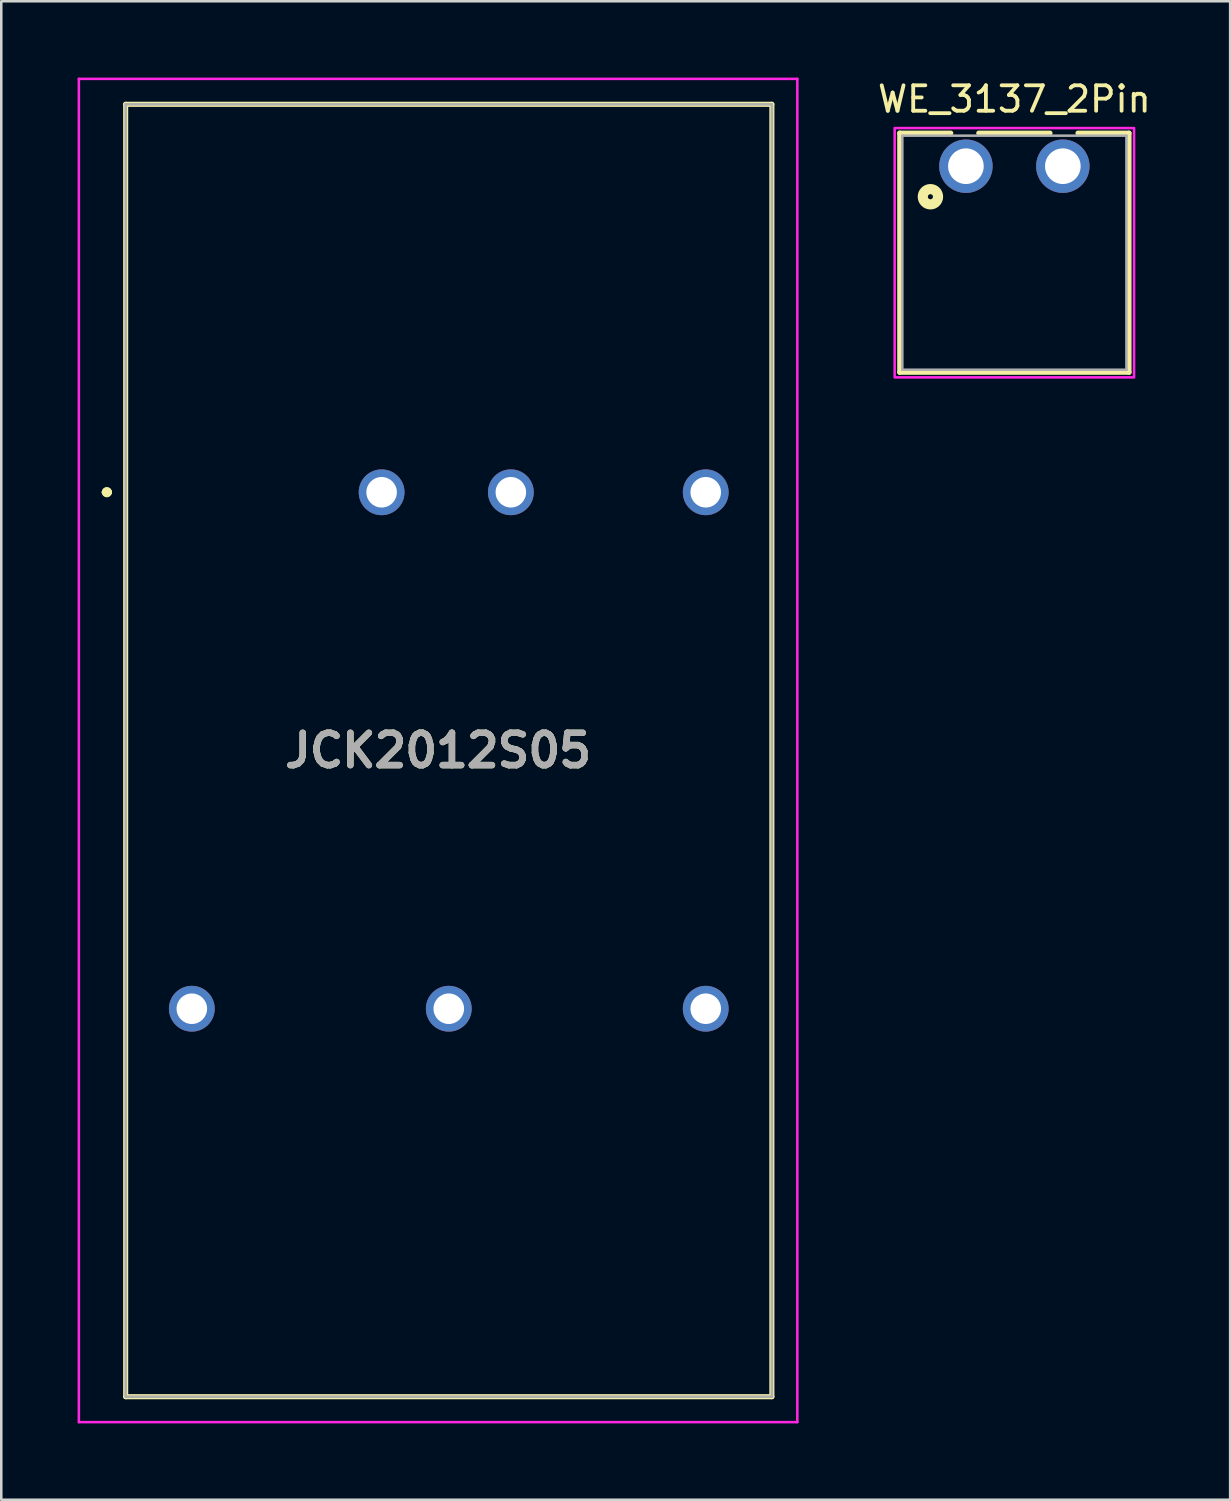
<source format=kicad_pcb>
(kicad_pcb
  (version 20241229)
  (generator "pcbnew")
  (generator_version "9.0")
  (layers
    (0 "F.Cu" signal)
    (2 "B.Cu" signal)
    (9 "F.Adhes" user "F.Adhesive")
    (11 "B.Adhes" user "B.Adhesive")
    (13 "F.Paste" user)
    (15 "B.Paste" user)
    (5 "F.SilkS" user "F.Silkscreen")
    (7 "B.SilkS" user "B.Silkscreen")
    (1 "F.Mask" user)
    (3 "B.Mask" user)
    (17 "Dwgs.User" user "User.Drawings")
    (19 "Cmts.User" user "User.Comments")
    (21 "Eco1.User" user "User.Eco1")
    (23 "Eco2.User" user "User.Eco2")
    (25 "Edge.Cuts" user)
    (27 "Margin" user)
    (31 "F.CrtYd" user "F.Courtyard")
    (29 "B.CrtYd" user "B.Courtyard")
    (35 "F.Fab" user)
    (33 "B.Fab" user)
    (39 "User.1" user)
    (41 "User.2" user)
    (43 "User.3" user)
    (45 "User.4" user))
  (footprint "JCK2012S05"
    (layer "F.Cu")
    (at 11.95 16.3)
    (property "Reference" "JCK2012S05" (at 2.22 10.15 0) (layer "F.SilkS") (effects (font (size 1.27 1.27) (thickness 0.254))))
    (attr through_hole)
    (fp_line (start -10.9 0) (end -10.9 0) (stroke (width 0.2) (type solid)) (layer "F.SilkS"))
    (fp_line (start -10.7 0) (end -10.7 0) (stroke (width 0.2) (type solid)) (layer "F.SilkS"))
    (fp_line (start -10.7 0) (end -10.7 0) (stroke (width 0.2) (type solid)) (layer "F.SilkS"))
    (fp_line (start -10.06 -15.25) (end 15.34 -15.25) (stroke (width 0.2) (type solid)) (layer "F.SilkS"))
    (fp_line (start -10.06 35.55) (end -10.06 -15.25) (stroke (width 0.2) (type solid)) (layer "F.SilkS"))
    (fp_line (start 15.34 -15.25) (end 15.34 35.55) (stroke (width 0.2) (type solid)) (layer "F.SilkS"))
    (fp_line (start 15.34 35.55) (end -10.06 35.55) (stroke (width 0.2) (type solid)) (layer "F.SilkS"))
    (fp_arc (start -10.9 0) (mid -10.8 -0.1) (end -10.7 0) (stroke (width 0.2) (type solid)) (layer "F.SilkS"))
    (fp_arc (start -10.9 0) (mid -10.8 -0.1) (end -10.7 0) (stroke (width 0.2) (type solid)) (layer "F.SilkS"))
    (fp_arc (start -10.7 0) (mid -10.8 0.1) (end -10.9 0) (stroke (width 0.2) (type solid)) (layer "F.SilkS"))
    (fp_line (start -11.9 -16.25) (end 16.34 -16.25) (stroke (width 0.1) (type solid)) (layer "F.CrtYd"))
    (fp_line (start -11.9 36.55) (end -11.9 -16.25) (stroke (width 0.1) (type solid)) (layer "F.CrtYd"))
    (fp_line (start 16.34 -16.25) (end 16.34 36.55) (stroke (width 0.1) (type solid)) (layer "F.CrtYd"))
    (fp_line (start 16.34 36.55) (end -11.9 36.55) (stroke (width 0.1) (type solid)) (layer "F.CrtYd"))
    (fp_line (start -10.06 -15.25) (end 15.34 -15.25) (stroke (width 0.1) (type solid)) (layer "F.Fab"))
    (fp_line (start -10.06 35.55) (end -10.06 -15.25) (stroke (width 0.1) (type solid)) (layer "F.Fab"))
    (fp_line (start 15.34 -15.25) (end 15.34 35.55) (stroke (width 0.1) (type solid)) (layer "F.Fab"))
    (fp_line (start 15.34 35.55) (end -10.06 35.55) (stroke (width 0.1) (type solid)) (layer "F.Fab"))
    (fp_text user "${REFERENCE}" (at 2.22 10.15 0) (layer "F.Fab") (effects (font (size 1.27 1.27) (thickness 0.254))))
    (pad "1" thru_hole circle (at 0 0) (size 1.8 1.8) (drill 1.2) (layers "*.Cu" "*.Mask"))
    (pad "2" thru_hole circle (at 5.08 0) (size 1.8 1.8) (drill 1.2) (layers "*.Cu" "*.Mask"))
    (pad "3" thru_hole circle (at -7.46 20.3) (size 1.8 1.8) (drill 1.2) (layers "*.Cu" "*.Mask"))
    (pad "4" thru_hole circle (at 2.64 20.3) (size 1.8 1.8) (drill 1.2) (layers "*.Cu" "*.Mask"))
    (pad "5" thru_hole circle (at 12.74 20.3) (size 1.8 1.8) (drill 1.2) (layers "*.Cu" "*.Mask"))
    (pad "6" thru_hole circle (at 12.74 0) (size 1.8 1.8) (drill 1.2) (layers "*.Cu" "*.Mask")))
  (footprint "WE_3137_2Pin"
    (layer "F.Cu")
    (at 36.822 3.483)
    (property "Reference" "WE_3137_2Pin" (at 0 -2.635 0) (layer "F.SilkS") (effects (font (size 1 1) (thickness 0.15))))
    (attr through_hole)
    (fp_line (start -4.505 -1.3) (end -2.5 -1.3) (stroke (width 0.2) (type solid)) (layer "F.SilkS"))
    (fp_line (start -4.505 8.1) (end -4.505 -1.3) (stroke (width 0.2) (type solid)) (layer "F.SilkS"))
    (fp_line (start -1.4 -1.3) (end 1.4 -1.3) (stroke (width 0.2) (type solid)) (layer "F.SilkS"))
    (fp_line (start 2.5 -1.3) (end 4.505 -1.3) (stroke (width 0.2) (type solid)) (layer "F.SilkS"))
    (fp_line (start 4.505 -1.3) (end 4.505 8.1) (stroke (width 0.2) (type solid)) (layer "F.SilkS"))
    (fp_line (start 4.505 8.1) (end -4.505 8.1) (stroke (width 0.2) (type solid)) (layer "F.SilkS"))
    (fp_circle (center -3.3 1.2) (end -3.2 1.2) (stroke (width 0.4) (type solid)) (fill no) (layer "F.SilkS"))
    (fp_poly (pts (xy -4.705 -1.5) (xy 4.705 -1.5) (xy 4.705 8.3) (xy -4.705 8.3)) (stroke (width 0.1) (type solid)) (fill no) (layer "F.CrtYd"))
    (fp_line (start -4.405 -1.2) (end -4.405 8) (stroke (width 0.1) (type solid)) (layer "F.Fab"))
    (fp_line (start -4.405 8) (end 4.405 8) (stroke (width 0.1) (type solid)) (layer "F.Fab"))
    (fp_line (start 4.405 -1.2) (end -4.405 -1.2) (stroke (width 0.1) (type solid)) (layer "F.Fab"))
    (fp_line (start 4.405 8) (end 4.405 -1.2) (stroke (width 0.1) (type solid)) (layer "F.Fab"))
    (pad "1" thru_hole circle (at -1.905 0) (size 2.1 2.1) (drill 1.4) (layers "*.Cu" "*.Mask"))
    (pad "2" thru_hole circle (at 1.905 0) (size 2.1 2.1) (drill 1.4) (layers "*.Cu" "*.Mask")))
  (gr_rect
    (start -3 -3)
    (end 45.304 55.9)
    (stroke (width 0.1) (type default))
    (fill no)
    (layer "Edge.Cuts")))
</source>
